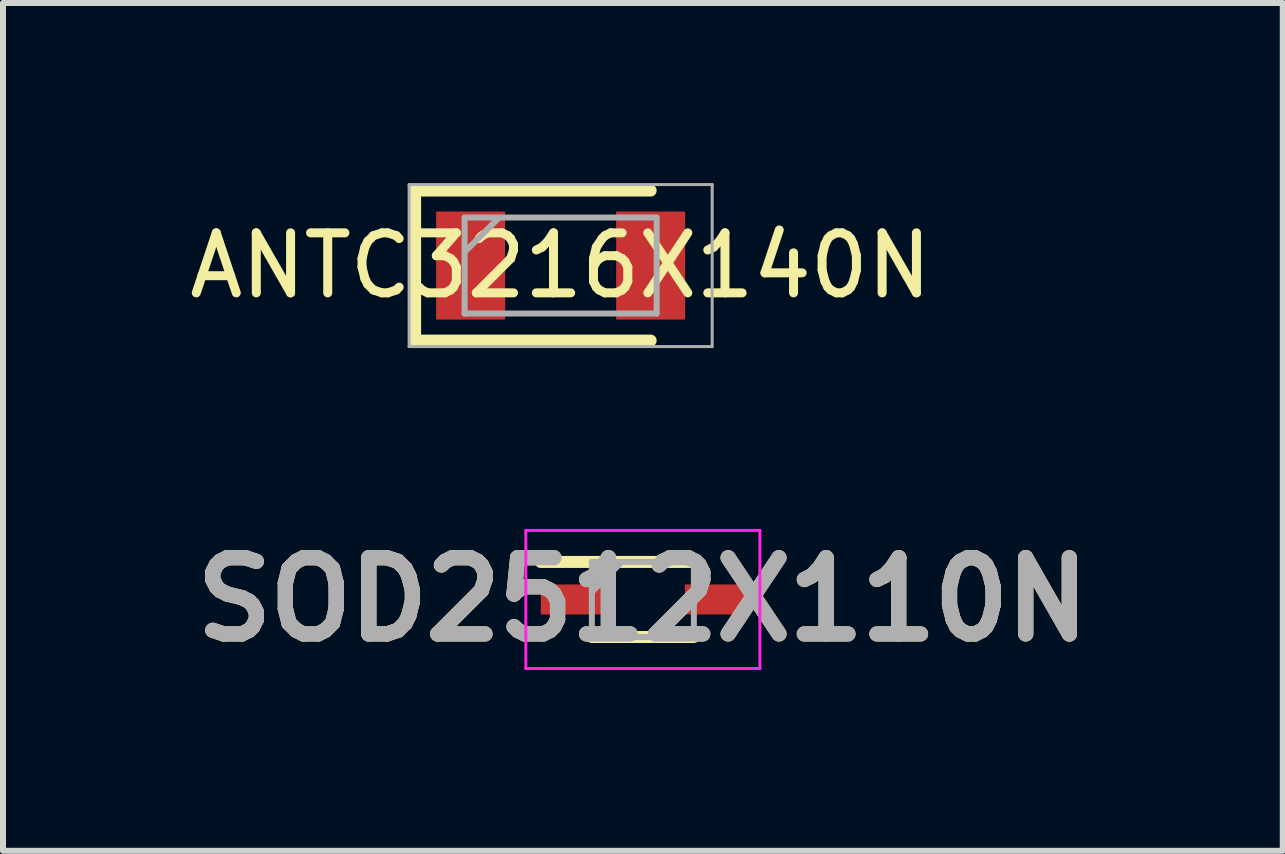
<source format=kicad_pcb>
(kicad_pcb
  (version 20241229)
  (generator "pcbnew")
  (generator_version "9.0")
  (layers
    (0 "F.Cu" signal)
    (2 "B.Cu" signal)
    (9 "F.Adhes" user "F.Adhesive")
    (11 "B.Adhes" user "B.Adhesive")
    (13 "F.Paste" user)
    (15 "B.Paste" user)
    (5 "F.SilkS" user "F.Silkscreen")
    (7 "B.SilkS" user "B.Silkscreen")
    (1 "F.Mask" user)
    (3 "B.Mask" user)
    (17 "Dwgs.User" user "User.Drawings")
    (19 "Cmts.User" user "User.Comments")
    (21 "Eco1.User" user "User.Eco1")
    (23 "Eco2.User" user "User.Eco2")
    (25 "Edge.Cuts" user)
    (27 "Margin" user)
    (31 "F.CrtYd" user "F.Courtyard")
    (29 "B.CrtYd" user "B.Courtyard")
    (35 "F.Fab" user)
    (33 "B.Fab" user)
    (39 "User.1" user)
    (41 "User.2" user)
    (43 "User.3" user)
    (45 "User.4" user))
  (footprint "SOD2512X110N"
    (layer "F.Cu")
    (at 7.662 6.939)
    (property "Reference" "SOD2512X110N" (at 0 0 0) (layer "F.SilkS") (effects (font (size 1.27 1.27) (thickness 0.254))))
    (attr smd)
    (fp_line (start -1.7 -0.625) (end 0.85 -0.625) (stroke (width 0.2) (type solid)) (layer "F.SilkS"))
    (fp_line (start -0.85 0.625) (end 0.85 0.625) (stroke (width 0.2) (type solid)) (layer "F.SilkS"))
    (fp_line (start -1.95 -1.15) (end 1.95 -1.15) (stroke (width 0.05) (type solid)) (layer "F.CrtYd"))
    (fp_line (start -1.95 1.15) (end -1.95 -1.15) (stroke (width 0.05) (type solid)) (layer "F.CrtYd"))
    (fp_line (start 1.95 -1.15) (end 1.95 1.15) (stroke (width 0.05) (type solid)) (layer "F.CrtYd"))
    (fp_line (start 1.95 1.15) (end -1.95 1.15) (stroke (width 0.05) (type solid)) (layer "F.CrtYd"))
    (fp_line (start -0.85 -0.625) (end 0.85 -0.625) (stroke (width 0.1) (type solid)) (layer "F.Fab"))
    (fp_line (start -0.85 -0.125) (end -0.35 -0.625) (stroke (width 0.1) (type solid)) (layer "F.Fab"))
    (fp_line (start -0.85 0.625) (end -0.85 -0.625) (stroke (width 0.1) (type solid)) (layer "F.Fab"))
    (fp_line (start 0.85 -0.625) (end 0.85 0.625) (stroke (width 0.1) (type solid)) (layer "F.Fab"))
    (fp_line (start 0.85 0.625) (end -0.85 0.625) (stroke (width 0.1) (type solid)) (layer "F.Fab"))
    (fp_text user "${REFERENCE}" (at 0 0 0) (layer "F.Fab") (effects (font (size 1.27 1.27) (thickness 0.254))))
    (pad "1" smd rect (at -1.2 0 90) (size 0.5 1) (layers "F.Cu" "F.Mask" "F.Paste"))
    (pad "2" smd rect (at 1.2 0 90) (size 0.5 1) (layers "F.Cu" "F.Mask" "F.Paste")))
  (footprint "ANTC3216X140N"
    (layer "F.Cu")
    (at 6.292 1.375)
    (property "Reference" "ANTC3216X140N" (at 0 0 0) (layer "F.SilkS") (effects (font (size 1 1) (thickness 0.15))))
    (attr smd)
    (fp_line (start -2.425 -1.25) (end -2.425 1.25) (stroke (width 0.2) (type solid)) (layer "F.SilkS"))
    (fp_line (start -2.425 1.25) (end 1.5 1.25) (stroke (width 0.2) (type solid)) (layer "F.SilkS"))
    (fp_line (start 1.5 -1.25) (end -2.425 -1.25) (stroke (width 0.2) (type solid)) (layer "F.SilkS"))
    (fp_line (start -2.525 -1.35) (end 2.525 -1.35) (stroke (width 0.05) (type solid)) (layer "F.Fab"))
    (fp_line (start -2.525 1.35) (end -2.525 -1.35) (stroke (width 0.05) (type solid)) (layer "F.Fab"))
    (fp_line (start -1.6 -0.8) (end 1.6 -0.8) (stroke (width 0.1) (type solid)) (layer "F.Fab"))
    (fp_line (start -1.6 -0.225) (end -1.025 -0.8) (stroke (width 0.1) (type solid)) (layer "F.Fab"))
    (fp_line (start -1.6 0.8) (end -1.6 -0.8) (stroke (width 0.1) (type solid)) (layer "F.Fab"))
    (fp_line (start 1.6 -0.8) (end 1.6 0.8) (stroke (width 0.1) (type solid)) (layer "F.Fab"))
    (fp_line (start 1.6 0.8) (end -1.6 0.8) (stroke (width 0.1) (type solid)) (layer "F.Fab"))
    (fp_line (start 2.525 -1.35) (end 2.525 1.35) (stroke (width 0.05) (type solid)) (layer "F.Fab"))
    (fp_line (start 2.525 1.35) (end -2.525 1.35) (stroke (width 0.05) (type solid)) (layer "F.Fab"))
    (pad "1" smd rect (at -1.5 0 90) (size 1.8 1.15) (layers "F.Cu" "F.Mask" "F.Paste"))
    (pad "2" smd rect (at 1.5 0 90) (size 1.8 1.15) (layers "F.Cu" "F.Mask" "F.Paste")))
  (gr_rect
    (start -3 -3)
    (end 18.325 11.127)
    (stroke (width 0.1) (type default))
    (fill no)
    (layer "Edge.Cuts")))
</source>
